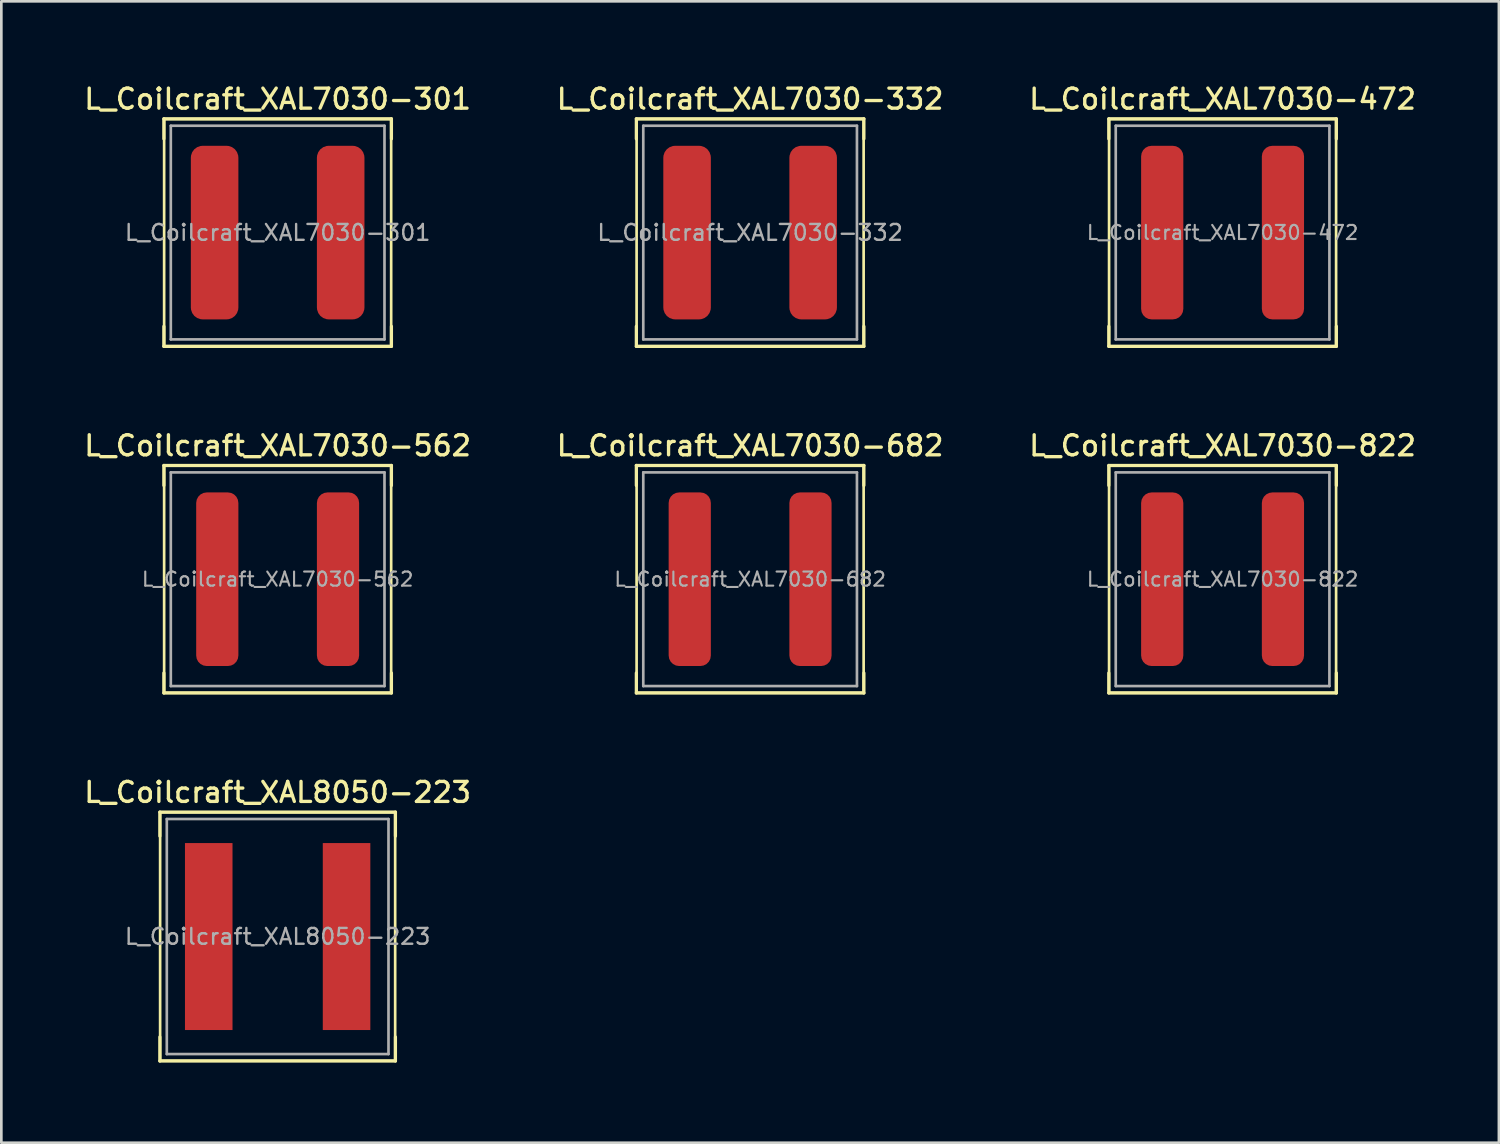
<source format=kicad_pcb>
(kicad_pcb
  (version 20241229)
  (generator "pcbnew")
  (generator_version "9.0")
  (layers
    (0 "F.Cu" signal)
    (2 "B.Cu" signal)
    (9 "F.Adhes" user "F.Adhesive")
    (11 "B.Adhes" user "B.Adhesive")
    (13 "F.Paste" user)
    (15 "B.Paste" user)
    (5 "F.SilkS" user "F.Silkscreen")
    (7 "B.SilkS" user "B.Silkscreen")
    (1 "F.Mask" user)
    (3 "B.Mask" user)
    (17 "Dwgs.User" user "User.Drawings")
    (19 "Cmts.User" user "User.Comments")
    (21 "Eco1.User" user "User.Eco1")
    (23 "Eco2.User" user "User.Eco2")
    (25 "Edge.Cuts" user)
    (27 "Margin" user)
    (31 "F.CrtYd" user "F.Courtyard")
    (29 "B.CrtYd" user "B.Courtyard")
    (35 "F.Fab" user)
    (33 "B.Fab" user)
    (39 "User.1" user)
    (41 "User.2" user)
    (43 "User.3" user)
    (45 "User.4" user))
  (footprint "L_Coilcraft_XAL7030-822"
    (layer "F.Cu")
    (at 42.723 18.636)
    (property "Reference" "L_Coilcraft_XAL7030-822" (at 0 -5 0) (layer "F.SilkS") (effects (font (size 0.75 0.75) (thickness 0.125))))
    (attr smd)
    (fp_line (start -4.26 -4.26) (end -4.26 -3.51) (stroke (width 0.12) (type solid)) (layer "F.SilkS"))
    (fp_line (start -4.26 -4.26) (end 4.26 -4.26) (stroke (width 0.12) (type solid)) (layer "F.SilkS"))
    (fp_line (start -4.26 4.26) (end -4.26 3.51) (stroke (width 0.12) (type solid)) (layer "F.SilkS"))
    (fp_line (start -4.26 4.26) (end 4.26 4.26) (stroke (width 0.12) (type solid)) (layer "F.SilkS"))
    (fp_line (start -4.25 -4.25) (end -4.25 4.25) (stroke (width 0.1) (type solid)) (layer "F.SilkS"))
    (fp_line (start -4.25 4.25) (end 4.25 4.25) (stroke (width 0.1) (type solid)) (layer "F.SilkS"))
    (fp_line (start 4.25 -4.25) (end -4.25 -4.25) (stroke (width 0.1) (type solid)) (layer "F.SilkS"))
    (fp_line (start 4.25 4.25) (end 4.25 -4.25) (stroke (width 0.1) (type solid)) (layer "F.SilkS"))
    (fp_line (start 4.26 -4.26) (end 4.26 -3.51) (stroke (width 0.12) (type solid)) (layer "F.SilkS"))
    (fp_line (start 4.26 4.26) (end 4.26 3.51) (stroke (width 0.12) (type solid)) (layer "F.SilkS"))
    (fp_line (start -4 -4) (end -4 4) (stroke (width 0.1) (type solid)) (layer "F.Fab"))
    (fp_line (start -4 4) (end 4 4) (stroke (width 0.1) (type solid)) (layer "F.Fab"))
    (fp_line (start 4 -4) (end -4 -4) (stroke (width 0.1) (type solid)) (layer "F.Fab"))
    (fp_line (start 4 4) (end 4 -4) (stroke (width 0.1) (type solid)) (layer "F.Fab"))
    (fp_text user "${REFERENCE}" (at 0 0 0) (layer "F.Fab") (effects (font (size 0.527 0.527) (thickness 0.079))))
    (pad "1" smd roundrect (at -2.26 0) (size 1.58 6.5) (layers "F.Cu" "F.Mask" "F.Paste") (roundrect_rratio 0.25))
    (pad "2" smd roundrect (at 2.26 0) (size 1.58 6.5) (layers "F.Cu" "F.Mask" "F.Paste") (roundrect_rratio 0.25)))
  (footprint "L_Coilcraft_XAL7030-472"
    (layer "F.Cu")
    (at 42.723 5.658)
    (property "Reference" "L_Coilcraft_XAL7030-472" (at 0 -5 0) (layer "F.SilkS") (effects (font (size 0.75 0.75) (thickness 0.125))))
    (attr smd)
    (fp_line (start -4.26 -4.26) (end -4.26 -3.51) (stroke (width 0.12) (type solid)) (layer "F.SilkS"))
    (fp_line (start -4.26 -4.26) (end 4.26 -4.26) (stroke (width 0.12) (type solid)) (layer "F.SilkS"))
    (fp_line (start -4.26 4.26) (end -4.26 3.51) (stroke (width 0.12) (type solid)) (layer "F.SilkS"))
    (fp_line (start -4.26 4.26) (end 4.26 4.26) (stroke (width 0.12) (type solid)) (layer "F.SilkS"))
    (fp_line (start -4.25 -4.25) (end -4.25 4.25) (stroke (width 0.1) (type solid)) (layer "F.SilkS"))
    (fp_line (start -4.25 4.25) (end 4.25 4.25) (stroke (width 0.1) (type solid)) (layer "F.SilkS"))
    (fp_line (start 4.25 -4.25) (end -4.25 -4.25) (stroke (width 0.1) (type solid)) (layer "F.SilkS"))
    (fp_line (start 4.25 4.25) (end 4.25 -4.25) (stroke (width 0.1) (type solid)) (layer "F.SilkS"))
    (fp_line (start 4.26 -4.26) (end 4.26 -3.51) (stroke (width 0.12) (type solid)) (layer "F.SilkS"))
    (fp_line (start 4.26 4.26) (end 4.26 3.51) (stroke (width 0.12) (type solid)) (layer "F.SilkS"))
    (fp_line (start -4 -4) (end -4 4) (stroke (width 0.1) (type solid)) (layer "F.Fab"))
    (fp_line (start -4 4) (end 4 4) (stroke (width 0.1) (type solid)) (layer "F.Fab"))
    (fp_line (start 4 -4) (end -4 -4) (stroke (width 0.1) (type solid)) (layer "F.Fab"))
    (fp_line (start 4 4) (end 4 -4) (stroke (width 0.1) (type solid)) (layer "F.Fab"))
    (fp_text user "${REFERENCE}" (at 0 0 0) (layer "F.Fab") (effects (font (size 0.527 0.527) (thickness 0.079))))
    (pad "1" smd roundrect (at -2.26 0) (size 1.58 6.5) (layers "F.Cu" "F.Mask" "F.Paste") (roundrect_rratio 0.25))
    (pad "2" smd roundrect (at 2.26 0) (size 1.58 6.5) (layers "F.Cu" "F.Mask" "F.Paste") (roundrect_rratio 0.25)))
  (footprint "L_Coilcraft_XAL8050-223"
    (layer "F.Cu")
    (at 7.345 32.014)
    (property "Reference" "L_Coilcraft_XAL8050-223" (at 0 -5.4 0) (layer "F.SilkS") (effects (font (size 0.75 0.75) (thickness 0.125))))
    (attr smd)
    (fp_line (start -4.41 -4.66) (end -4.41 -3.76) (stroke (width 0.12) (type solid)) (layer "F.SilkS"))
    (fp_line (start -4.41 -4.66) (end 4.41 -4.66) (stroke (width 0.12) (type solid)) (layer "F.SilkS"))
    (fp_line (start -4.41 4.66) (end -4.41 3.76) (stroke (width 0.12) (type solid)) (layer "F.SilkS"))
    (fp_line (start -4.41 4.66) (end 4.41 4.66) (stroke (width 0.12) (type solid)) (layer "F.SilkS"))
    (fp_line (start -4.4 -4.65) (end -4.4 4.65) (stroke (width 0.1) (type solid)) (layer "F.SilkS"))
    (fp_line (start -4.4 4.65) (end 4.4 4.65) (stroke (width 0.1) (type solid)) (layer "F.SilkS"))
    (fp_line (start 4.4 -4.65) (end -4.4 -4.65) (stroke (width 0.1) (type solid)) (layer "F.SilkS"))
    (fp_line (start 4.4 4.65) (end 4.4 -4.65) (stroke (width 0.1) (type solid)) (layer "F.SilkS"))
    (fp_line (start 4.41 -4.66) (end 4.41 -3.76) (stroke (width 0.12) (type solid)) (layer "F.SilkS"))
    (fp_line (start 4.41 4.66) (end 4.41 3.76) (stroke (width 0.12) (type solid)) (layer "F.SilkS"))
    (fp_line (start -4.15 -4.4) (end -4.15 4.4) (stroke (width 0.1) (type solid)) (layer "F.Fab"))
    (fp_line (start -4.15 4.4) (end 4.15 4.4) (stroke (width 0.1) (type solid)) (layer "F.Fab"))
    (fp_line (start 4.15 -4.4) (end -4.15 -4.4) (stroke (width 0.1) (type solid)) (layer "F.Fab"))
    (fp_line (start 4.15 4.4) (end 4.15 -4.4) (stroke (width 0.1) (type solid)) (layer "F.Fab"))
    (fp_text user "${REFERENCE}" (at 0 0 0) (layer "F.Fab") (effects (font (size 0.593 0.593) (thickness 0.089))))
    (pad "1" smd rect (at -2.58 0) (size 1.78 7) (layers "F.Cu" "F.Mask" "F.Paste"))
    (pad "2" smd rect (at 2.58 0) (size 1.78 7) (layers "F.Cu" "F.Mask" "F.Paste")))
  (footprint "L_Coilcraft_XAL7030-301"
    (layer "F.Cu")
    (at 7.345 5.658)
    (property "Reference" "L_Coilcraft_XAL7030-301" (at 0 -5 0) (layer "F.SilkS") (effects (font (size 0.75 0.75) (thickness 0.125))))
    (attr smd)
    (fp_line (start -4.26 -4.26) (end -4.26 -3.51) (stroke (width 0.12) (type solid)) (layer "F.SilkS"))
    (fp_line (start -4.26 -4.26) (end 4.26 -4.26) (stroke (width 0.12) (type solid)) (layer "F.SilkS"))
    (fp_line (start -4.26 4.26) (end -4.26 3.51) (stroke (width 0.12) (type solid)) (layer "F.SilkS"))
    (fp_line (start -4.26 4.26) (end 4.26 4.26) (stroke (width 0.12) (type solid)) (layer "F.SilkS"))
    (fp_line (start -4.25 -4.25) (end -4.25 4.25) (stroke (width 0.1) (type solid)) (layer "F.SilkS"))
    (fp_line (start -4.25 4.25) (end 4.25 4.25) (stroke (width 0.1) (type solid)) (layer "F.SilkS"))
    (fp_line (start 4.25 -4.25) (end -4.25 -4.25) (stroke (width 0.1) (type solid)) (layer "F.SilkS"))
    (fp_line (start 4.25 4.25) (end 4.25 -4.25) (stroke (width 0.1) (type solid)) (layer "F.SilkS"))
    (fp_line (start 4.26 -4.26) (end 4.26 -3.51) (stroke (width 0.12) (type solid)) (layer "F.SilkS"))
    (fp_line (start 4.26 4.26) (end 4.26 3.51) (stroke (width 0.12) (type solid)) (layer "F.SilkS"))
    (fp_line (start -4 -4) (end -4 4) (stroke (width 0.1) (type solid)) (layer "F.Fab"))
    (fp_line (start -4 4) (end 4 4) (stroke (width 0.1) (type solid)) (layer "F.Fab"))
    (fp_line (start 4 -4) (end -4 -4) (stroke (width 0.1) (type solid)) (layer "F.Fab"))
    (fp_line (start 4 4) (end 4 -4) (stroke (width 0.1) (type solid)) (layer "F.Fab"))
    (fp_text user "${REFERENCE}" (at 0 0 0) (layer "F.Fab") (effects (font (size 0.593 0.593) (thickness 0.089))))
    (pad "1" smd roundrect (at -2.36 0) (size 1.78 6.5) (layers "F.Cu" "F.Mask" "F.Paste") (roundrect_rratio 0.25))
    (pad "2" smd roundrect (at 2.36 0) (size 1.78 6.5) (layers "F.Cu" "F.Mask" "F.Paste") (roundrect_rratio 0.25)))
  (footprint "L_Coilcraft_XAL7030-332"
    (layer "F.Cu")
    (at 25.034 5.658)
    (property "Reference" "L_Coilcraft_XAL7030-332" (at 0 -5 0) (layer "F.SilkS") (effects (font (size 0.75 0.75) (thickness 0.125))))
    (attr smd)
    (fp_line (start -4.26 -4.26) (end -4.26 -3.51) (stroke (width 0.12) (type solid)) (layer "F.SilkS"))
    (fp_line (start -4.26 -4.26) (end 4.26 -4.26) (stroke (width 0.12) (type solid)) (layer "F.SilkS"))
    (fp_line (start -4.26 4.26) (end -4.26 3.51) (stroke (width 0.12) (type solid)) (layer "F.SilkS"))
    (fp_line (start -4.26 4.26) (end 4.26 4.26) (stroke (width 0.12) (type solid)) (layer "F.SilkS"))
    (fp_line (start -4.25 -4.25) (end -4.25 4.25) (stroke (width 0.1) (type solid)) (layer "F.SilkS"))
    (fp_line (start -4.25 4.25) (end 4.25 4.25) (stroke (width 0.1) (type solid)) (layer "F.SilkS"))
    (fp_line (start 4.25 -4.25) (end -4.25 -4.25) (stroke (width 0.1) (type solid)) (layer "F.SilkS"))
    (fp_line (start 4.25 4.25) (end 4.25 -4.25) (stroke (width 0.1) (type solid)) (layer "F.SilkS"))
    (fp_line (start 4.26 -4.26) (end 4.26 -3.51) (stroke (width 0.12) (type solid)) (layer "F.SilkS"))
    (fp_line (start 4.26 4.26) (end 4.26 3.51) (stroke (width 0.12) (type solid)) (layer "F.SilkS"))
    (fp_line (start -4 -4) (end -4 4) (stroke (width 0.1) (type solid)) (layer "F.Fab"))
    (fp_line (start -4 4) (end 4 4) (stroke (width 0.1) (type solid)) (layer "F.Fab"))
    (fp_line (start 4 -4) (end -4 -4) (stroke (width 0.1) (type solid)) (layer "F.Fab"))
    (fp_line (start 4 4) (end 4 -4) (stroke (width 0.1) (type solid)) (layer "F.Fab"))
    (fp_text user "${REFERENCE}" (at 0 0 0) (layer "F.Fab") (effects (font (size 0.593 0.593) (thickness 0.089))))
    (pad "1" smd roundrect (at -2.36 0) (size 1.78 6.5) (layers "F.Cu" "F.Mask" "F.Paste") (roundrect_rratio 0.25))
    (pad "2" smd roundrect (at 2.36 0) (size 1.78 6.5) (layers "F.Cu" "F.Mask" "F.Paste") (roundrect_rratio 0.25)))
  (footprint "L_Coilcraft_XAL7030-682"
    (layer "F.Cu")
    (at 25.034 18.636)
    (property "Reference" "L_Coilcraft_XAL7030-682" (at 0 -5 0) (layer "F.SilkS") (effects (font (size 0.75 0.75) (thickness 0.125))))
    (attr smd)
    (fp_line (start -4.26 -4.26) (end -4.26 -3.51) (stroke (width 0.12) (type solid)) (layer "F.SilkS"))
    (fp_line (start -4.26 -4.26) (end 4.26 -4.26) (stroke (width 0.12) (type solid)) (layer "F.SilkS"))
    (fp_line (start -4.26 4.26) (end -4.26 3.51) (stroke (width 0.12) (type solid)) (layer "F.SilkS"))
    (fp_line (start -4.26 4.26) (end 4.26 4.26) (stroke (width 0.12) (type solid)) (layer "F.SilkS"))
    (fp_line (start -4.25 -4.25) (end -4.25 4.25) (stroke (width 0.1) (type solid)) (layer "F.SilkS"))
    (fp_line (start -4.25 4.25) (end 4.25 4.25) (stroke (width 0.1) (type solid)) (layer "F.SilkS"))
    (fp_line (start 4.25 -4.25) (end -4.25 -4.25) (stroke (width 0.1) (type solid)) (layer "F.SilkS"))
    (fp_line (start 4.25 4.25) (end 4.25 -4.25) (stroke (width 0.1) (type solid)) (layer "F.SilkS"))
    (fp_line (start 4.26 -4.26) (end 4.26 -3.51) (stroke (width 0.12) (type solid)) (layer "F.SilkS"))
    (fp_line (start 4.26 4.26) (end 4.26 3.51) (stroke (width 0.12) (type solid)) (layer "F.SilkS"))
    (fp_line (start -4 -4) (end -4 4) (stroke (width 0.1) (type solid)) (layer "F.Fab"))
    (fp_line (start -4 4) (end 4 4) (stroke (width 0.1) (type solid)) (layer "F.Fab"))
    (fp_line (start 4 -4) (end -4 -4) (stroke (width 0.1) (type solid)) (layer "F.Fab"))
    (fp_line (start 4 4) (end 4 -4) (stroke (width 0.1) (type solid)) (layer "F.Fab"))
    (fp_text user "${REFERENCE}" (at 0 0 0) (layer "F.Fab") (effects (font (size 0.527 0.527) (thickness 0.079))))
    (pad "1" smd roundrect (at -2.26 0) (size 1.58 6.5) (layers "F.Cu" "F.Mask" "F.Paste") (roundrect_rratio 0.25))
    (pad "2" smd roundrect (at 2.26 0) (size 1.58 6.5) (layers "F.Cu" "F.Mask" "F.Paste") (roundrect_rratio 0.25)))
  (footprint "L_Coilcraft_XAL7030-562"
    (layer "F.Cu")
    (at 7.345 18.636)
    (property "Reference" "L_Coilcraft_XAL7030-562" (at 0 -5 0) (layer "F.SilkS") (effects (font (size 0.75 0.75) (thickness 0.125))))
    (attr smd)
    (fp_line (start -4.26 -4.26) (end -4.26 -3.51) (stroke (width 0.12) (type solid)) (layer "F.SilkS"))
    (fp_line (start -4.26 -4.26) (end 4.26 -4.26) (stroke (width 0.12) (type solid)) (layer "F.SilkS"))
    (fp_line (start -4.26 4.26) (end -4.26 3.51) (stroke (width 0.12) (type solid)) (layer "F.SilkS"))
    (fp_line (start -4.26 4.26) (end 4.26 4.26) (stroke (width 0.12) (type solid)) (layer "F.SilkS"))
    (fp_line (start -4.25 -4.25) (end -4.25 4.25) (stroke (width 0.1) (type solid)) (layer "F.SilkS"))
    (fp_line (start -4.25 4.25) (end 4.25 4.25) (stroke (width 0.1) (type solid)) (layer "F.SilkS"))
    (fp_line (start 4.25 -4.25) (end -4.25 -4.25) (stroke (width 0.1) (type solid)) (layer "F.SilkS"))
    (fp_line (start 4.25 4.25) (end 4.25 -4.25) (stroke (width 0.1) (type solid)) (layer "F.SilkS"))
    (fp_line (start 4.26 -4.26) (end 4.26 -3.51) (stroke (width 0.12) (type solid)) (layer "F.SilkS"))
    (fp_line (start 4.26 4.26) (end 4.26 3.51) (stroke (width 0.12) (type solid)) (layer "F.SilkS"))
    (fp_line (start -4 -4) (end -4 4) (stroke (width 0.1) (type solid)) (layer "F.Fab"))
    (fp_line (start -4 4) (end 4 4) (stroke (width 0.1) (type solid)) (layer "F.Fab"))
    (fp_line (start 4 -4) (end -4 -4) (stroke (width 0.1) (type solid)) (layer "F.Fab"))
    (fp_line (start 4 4) (end 4 -4) (stroke (width 0.1) (type solid)) (layer "F.Fab"))
    (fp_text user "${REFERENCE}" (at 0 0 0) (layer "F.Fab") (effects (font (size 0.527 0.527) (thickness 0.079))))
    (pad "1" smd roundrect (at -2.26 0) (size 1.58 6.5) (layers "F.Cu" "F.Mask" "F.Paste") (roundrect_rratio 0.25))
    (pad "2" smd roundrect (at 2.26 0) (size 1.58 6.5) (layers "F.Cu" "F.Mask" "F.Paste") (roundrect_rratio 0.25)))
  (gr_rect
    (start -3 -3)
    (end 53.068 39.734)
    (stroke (width 0.1) (type default))
    (fill no)
    (layer "Edge.Cuts")))
</source>
